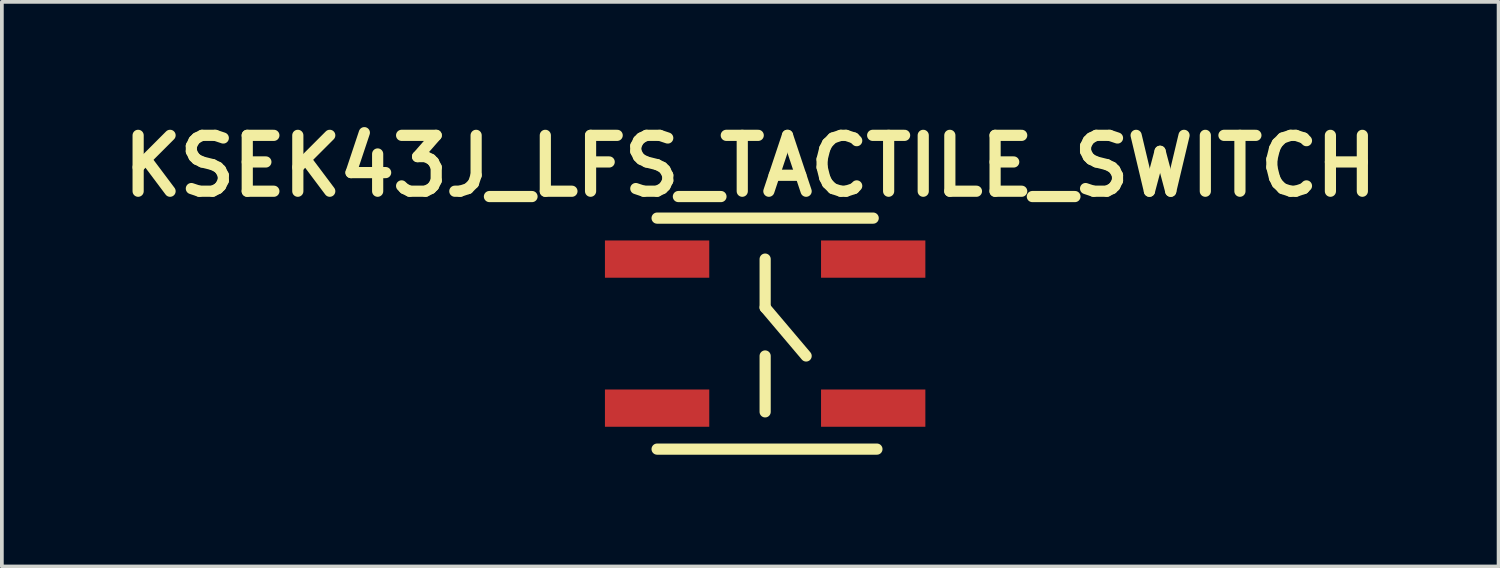
<source format=kicad_pcb>
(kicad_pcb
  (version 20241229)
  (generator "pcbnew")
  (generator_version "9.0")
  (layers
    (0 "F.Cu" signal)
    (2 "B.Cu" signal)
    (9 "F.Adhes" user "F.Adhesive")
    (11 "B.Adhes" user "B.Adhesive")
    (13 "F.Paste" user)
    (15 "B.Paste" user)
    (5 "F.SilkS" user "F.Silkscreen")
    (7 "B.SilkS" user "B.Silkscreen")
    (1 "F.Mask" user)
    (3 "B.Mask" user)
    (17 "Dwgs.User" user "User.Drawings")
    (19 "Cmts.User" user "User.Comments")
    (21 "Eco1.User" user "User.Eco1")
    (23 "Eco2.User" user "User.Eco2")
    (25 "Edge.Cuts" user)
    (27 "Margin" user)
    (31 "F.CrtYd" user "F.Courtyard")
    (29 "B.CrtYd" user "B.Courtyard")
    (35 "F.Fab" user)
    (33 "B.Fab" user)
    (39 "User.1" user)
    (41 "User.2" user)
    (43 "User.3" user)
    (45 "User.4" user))
  (footprint "KSEK43J_LFS_TACTILE_SWITCH"
    (layer "F.Cu")
    (at 14.586 3.904)
    (property "Reference" "KSEK43J_LFS_TACTILE_SWITCH" (at 2.5 -2.5 0) (layer "F.SilkS") (effects (font (size 1.5 1.5) (thickness 0.3))))
    (attr through_hole)
    (fp_line (start 0 -1.1) (end 5.8 -1.1) (stroke (width 0.3) (type solid)) (layer "F.SilkS"))
    (fp_line (start 0 5.1) (end 5.9 5.1) (stroke (width 0.3) (type solid)) (layer "F.SilkS"))
    (fp_line (start 2.9 0) (end 2.9 1.3) (stroke (width 0.3) (type solid)) (layer "F.SilkS"))
    (fp_line (start 2.9 1.3) (end 4 2.6) (stroke (width 0.3) (type solid)) (layer "F.SilkS"))
    (fp_line (start 2.9 2.6) (end 2.9 4.1) (stroke (width 0.3) (type solid)) (layer "F.SilkS"))
    (pad "1" smd rect (at 0 0) (size 2.8 1) (layers "F.Cu" "F.Mask" "F.Paste"))
    (pad "1" smd rect (at 5.8 0) (size 2.8 1) (layers "F.Cu" "F.Mask" "F.Paste"))
    (pad "2" smd rect (at 0 4) (size 2.8 1) (layers "F.Cu" "F.Mask" "F.Paste"))
    (pad "2" smd rect (at 5.8 4) (size 2.8 1) (layers "F.Cu" "F.Mask" "F.Paste")))
  (gr_rect
    (start -3 -3)
    (end 37.171 12.154)
    (stroke (width 0.1) (type default))
    (fill no)
    (layer "Edge.Cuts")))
</source>
